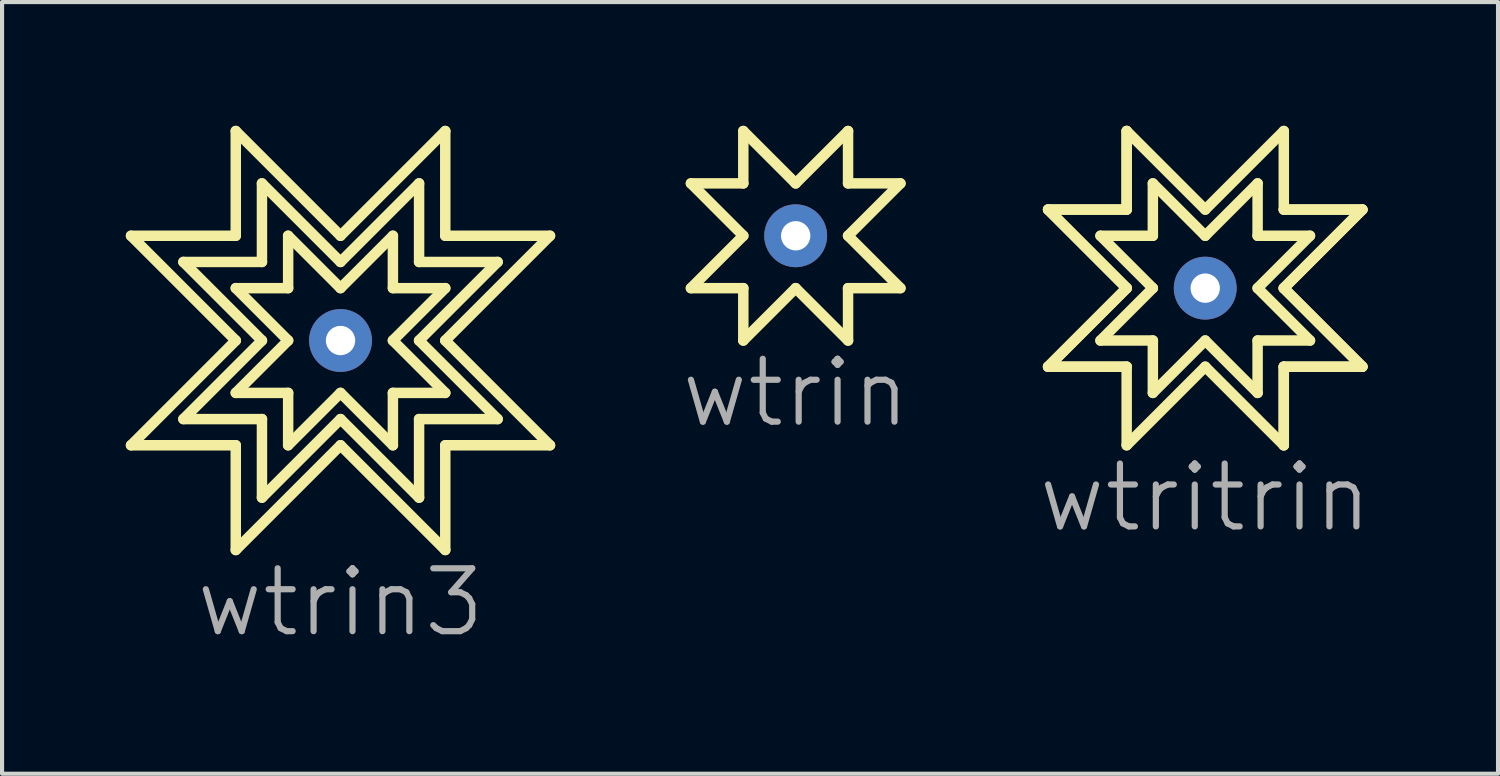
<source format=kicad_pcb>
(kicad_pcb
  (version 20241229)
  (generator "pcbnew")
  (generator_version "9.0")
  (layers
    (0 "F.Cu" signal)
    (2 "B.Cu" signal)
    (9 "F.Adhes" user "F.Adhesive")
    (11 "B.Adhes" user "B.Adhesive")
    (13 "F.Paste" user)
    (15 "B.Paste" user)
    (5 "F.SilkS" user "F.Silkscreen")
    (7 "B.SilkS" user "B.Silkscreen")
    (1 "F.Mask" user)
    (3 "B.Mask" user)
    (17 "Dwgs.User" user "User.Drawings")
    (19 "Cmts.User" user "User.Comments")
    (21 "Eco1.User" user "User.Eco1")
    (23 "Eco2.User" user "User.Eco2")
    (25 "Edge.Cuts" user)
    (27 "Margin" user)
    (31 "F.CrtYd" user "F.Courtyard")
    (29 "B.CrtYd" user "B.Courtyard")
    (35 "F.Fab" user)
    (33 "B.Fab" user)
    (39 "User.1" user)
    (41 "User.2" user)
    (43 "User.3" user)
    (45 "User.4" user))
  (footprint "wtrin3"
    (layer "F.Cu")
    (at 5.207 5.207)
    (property "Reference" "wtrin3" (at 0 6.35 0) (layer "F.Fab") (effects (font (size 1.524 1.524) (thickness 0.15))))
    (attr through_hole)
    (fp_line (start -5.08 -2.54) (end -2.54 0) (stroke (width 0.254) (type default)) (layer "F.SilkS"))
    (fp_line (start -5.08 2.54) (end -2.54 2.54) (stroke (width 0.254) (type default)) (layer "F.SilkS"))
    (fp_line (start -3.81 -1.905) (end -1.905 0) (stroke (width 0.254) (type default)) (layer "F.SilkS"))
    (fp_line (start -3.81 1.905) (end -1.905 1.905) (stroke (width 0.254) (type default)) (layer "F.SilkS"))
    (fp_line (start -2.54 -5.08) (end -2.54 -2.54) (stroke (width 0.254) (type default)) (layer "F.SilkS"))
    (fp_line (start -2.54 -2.54) (end -5.08 -2.54) (stroke (width 0.254) (type default)) (layer "F.SilkS"))
    (fp_line (start -2.54 -1.27) (end -1.27 0) (stroke (width 0.254) (type default)) (layer "F.SilkS"))
    (fp_line (start -2.54 0) (end -5.08 2.54) (stroke (width 0.254) (type default)) (layer "F.SilkS"))
    (fp_line (start -2.54 1.27) (end -1.27 1.27) (stroke (width 0.254) (type default)) (layer "F.SilkS"))
    (fp_line (start -2.54 2.54) (end -2.54 5.08) (stroke (width 0.254) (type default)) (layer "F.SilkS"))
    (fp_line (start -2.54 5.08) (end 0 2.54) (stroke (width 0.254) (type default)) (layer "F.SilkS"))
    (fp_line (start -1.905 -3.81) (end -1.905 -1.905) (stroke (width 0.254) (type default)) (layer "F.SilkS"))
    (fp_line (start -1.905 -1.905) (end -3.81 -1.905) (stroke (width 0.254) (type default)) (layer "F.SilkS"))
    (fp_line (start -1.905 0) (end -3.81 1.905) (stroke (width 0.254) (type default)) (layer "F.SilkS"))
    (fp_line (start -1.905 1.905) (end -1.905 3.81) (stroke (width 0.254) (type default)) (layer "F.SilkS"))
    (fp_line (start -1.905 3.81) (end 0 1.905) (stroke (width 0.254) (type default)) (layer "F.SilkS"))
    (fp_line (start -1.27 -2.54) (end -1.27 -1.27) (stroke (width 0.254) (type default)) (layer "F.SilkS"))
    (fp_line (start -1.27 -1.27) (end -2.54 -1.27) (stroke (width 0.254) (type default)) (layer "F.SilkS"))
    (fp_line (start -1.27 0) (end -2.54 1.27) (stroke (width 0.254) (type default)) (layer "F.SilkS"))
    (fp_line (start -1.27 1.27) (end -1.27 2.54) (stroke (width 0.254) (type default)) (layer "F.SilkS"))
    (fp_line (start -1.27 2.54) (end 0 1.27) (stroke (width 0.254) (type default)) (layer "F.SilkS"))
    (fp_line (start 0 -2.54) (end -2.54 -5.08) (stroke (width 0.254) (type default)) (layer "F.SilkS"))
    (fp_line (start 0 -1.905) (end -1.905 -3.81) (stroke (width 0.254) (type default)) (layer "F.SilkS"))
    (fp_line (start 0 -1.27) (end -1.27 -2.54) (stroke (width 0.254) (type default)) (layer "F.SilkS"))
    (fp_line (start 0 1.27) (end 1.27 2.54) (stroke (width 0.254) (type default)) (layer "F.SilkS"))
    (fp_line (start 0 1.905) (end 1.905 3.81) (stroke (width 0.254) (type default)) (layer "F.SilkS"))
    (fp_line (start 0 2.54) (end 2.54 5.08) (stroke (width 0.254) (type default)) (layer "F.SilkS"))
    (fp_line (start 1.27 -2.54) (end 0 -1.27) (stroke (width 0.254) (type default)) (layer "F.SilkS"))
    (fp_line (start 1.27 -1.27) (end 1.27 -2.54) (stroke (width 0.254) (type default)) (layer "F.SilkS"))
    (fp_line (start 1.27 0) (end 2.54 -1.27) (stroke (width 0.254) (type default)) (layer "F.SilkS"))
    (fp_line (start 1.27 1.27) (end 2.54 1.27) (stroke (width 0.254) (type default)) (layer "F.SilkS"))
    (fp_line (start 1.27 2.54) (end 1.27 1.27) (stroke (width 0.254) (type default)) (layer "F.SilkS"))
    (fp_line (start 1.905 -3.81) (end 0 -1.905) (stroke (width 0.254) (type default)) (layer "F.SilkS"))
    (fp_line (start 1.905 -1.905) (end 1.905 -3.81) (stroke (width 0.254) (type default)) (layer "F.SilkS"))
    (fp_line (start 1.905 0) (end 3.81 -1.905) (stroke (width 0.254) (type default)) (layer "F.SilkS"))
    (fp_line (start 1.905 1.905) (end 3.81 1.905) (stroke (width 0.254) (type default)) (layer "F.SilkS"))
    (fp_line (start 1.905 3.81) (end 1.905 1.905) (stroke (width 0.254) (type default)) (layer "F.SilkS"))
    (fp_line (start 2.54 -5.08) (end 0 -2.54) (stroke (width 0.254) (type default)) (layer "F.SilkS"))
    (fp_line (start 2.54 -2.54) (end 2.54 -5.08) (stroke (width 0.254) (type default)) (layer "F.SilkS"))
    (fp_line (start 2.54 -1.27) (end 1.27 -1.27) (stroke (width 0.254) (type default)) (layer "F.SilkS"))
    (fp_line (start 2.54 0) (end 5.08 -2.54) (stroke (width 0.254) (type default)) (layer "F.SilkS"))
    (fp_line (start 2.54 1.27) (end 1.27 0) (stroke (width 0.254) (type default)) (layer "F.SilkS"))
    (fp_line (start 2.54 2.54) (end 5.08 2.54) (stroke (width 0.254) (type default)) (layer "F.SilkS"))
    (fp_line (start 2.54 5.08) (end 2.54 2.54) (stroke (width 0.254) (type default)) (layer "F.SilkS"))
    (fp_line (start 3.81 -1.905) (end 1.905 -1.905) (stroke (width 0.254) (type default)) (layer "F.SilkS"))
    (fp_line (start 3.81 1.905) (end 1.905 0) (stroke (width 0.254) (type default)) (layer "F.SilkS"))
    (fp_line (start 5.08 -2.54) (end 2.54 -2.54) (stroke (width 0.254) (type default)) (layer "F.SilkS"))
    (fp_line (start 5.08 2.54) (end 2.54 0) (stroke (width 0.254) (type default)) (layer "F.SilkS"))
    (pad "1" thru_hole circle (at 0 0) (size 1.524 1.524) (drill 0.711) (layers "*.Cu" "*.Mask")))
  (footprint "wtritrin"
    (layer "F.Cu")
    (at 26.175 3.937)
    (property "Reference" "wtritrin" (at 0 5.08 0) (layer "F.Fab") (effects (font (size 1.524 1.524) (thickness 0.15))))
    (attr through_hole)
    (fp_line (start -3.81 -1.905) (end -1.905 0) (stroke (width 0.254) (type default)) (layer "F.SilkS"))
    (fp_line (start -3.81 -1.905) (end -1.905 0) (stroke (width 0.254) (type default)) (layer "F.SilkS"))
    (fp_line (start -3.81 1.905) (end -1.905 1.905) (stroke (width 0.254) (type default)) (layer "F.SilkS"))
    (fp_line (start -3.81 1.905) (end -1.905 1.905) (stroke (width 0.254) (type default)) (layer "F.SilkS"))
    (fp_line (start -2.54 -1.27) (end -1.27 0) (stroke (width 0.254) (type default)) (layer "F.SilkS"))
    (fp_line (start -2.54 1.27) (end -1.27 1.27) (stroke (width 0.254) (type default)) (layer "F.SilkS"))
    (fp_line (start -1.905 -3.81) (end -1.905 -1.905) (stroke (width 0.254) (type default)) (layer "F.SilkS"))
    (fp_line (start -1.905 -3.81) (end -1.905 -1.905) (stroke (width 0.254) (type default)) (layer "F.SilkS"))
    (fp_line (start -1.905 -1.905) (end -3.81 -1.905) (stroke (width 0.254) (type default)) (layer "F.SilkS"))
    (fp_line (start -1.905 -1.905) (end -3.81 -1.905) (stroke (width 0.254) (type default)) (layer "F.SilkS"))
    (fp_line (start -1.905 0) (end -3.81 1.905) (stroke (width 0.254) (type default)) (layer "F.SilkS"))
    (fp_line (start -1.905 0) (end -3.81 1.905) (stroke (width 0.254) (type default)) (layer "F.SilkS"))
    (fp_line (start -1.905 1.905) (end -1.905 3.81) (stroke (width 0.254) (type default)) (layer "F.SilkS"))
    (fp_line (start -1.905 3.81) (end 0 1.905) (stroke (width 0.254) (type default)) (layer "F.SilkS"))
    (fp_line (start -1.27 -2.54) (end -1.27 -1.27) (stroke (width 0.254) (type default)) (layer "F.SilkS"))
    (fp_line (start -1.27 -1.27) (end -2.54 -1.27) (stroke (width 0.254) (type default)) (layer "F.SilkS"))
    (fp_line (start -1.27 0) (end -2.54 1.27) (stroke (width 0.254) (type default)) (layer "F.SilkS"))
    (fp_line (start -1.27 1.27) (end -1.27 2.54) (stroke (width 0.254) (type default)) (layer "F.SilkS"))
    (fp_line (start -1.27 2.54) (end 0 1.27) (stroke (width 0.254) (type default)) (layer "F.SilkS"))
    (fp_line (start 0 -1.905) (end -1.905 -3.81) (stroke (width 0.254) (type default)) (layer "F.SilkS"))
    (fp_line (start 0 -1.27) (end -1.27 -2.54) (stroke (width 0.254) (type default)) (layer "F.SilkS"))
    (fp_line (start 0 1.27) (end 1.27 2.54) (stroke (width 0.254) (type default)) (layer "F.SilkS"))
    (fp_line (start 0 1.905) (end 1.905 3.81) (stroke (width 0.254) (type default)) (layer "F.SilkS"))
    (fp_line (start 1.27 -2.54) (end 0 -1.27) (stroke (width 0.254) (type default)) (layer "F.SilkS"))
    (fp_line (start 1.27 -1.27) (end 1.27 -2.54) (stroke (width 0.254) (type default)) (layer "F.SilkS"))
    (fp_line (start 1.27 0) (end 2.54 -1.27) (stroke (width 0.254) (type default)) (layer "F.SilkS"))
    (fp_line (start 1.27 1.27) (end 2.54 1.27) (stroke (width 0.254) (type default)) (layer "F.SilkS"))
    (fp_line (start 1.27 2.54) (end 1.27 1.27) (stroke (width 0.254) (type default)) (layer "F.SilkS"))
    (fp_line (start 1.905 -3.81) (end 0 -1.905) (stroke (width 0.254) (type default)) (layer "F.SilkS"))
    (fp_line (start 1.905 -1.905) (end 1.905 -3.81) (stroke (width 0.254) (type default)) (layer "F.SilkS"))
    (fp_line (start 1.905 0) (end 3.81 -1.905) (stroke (width 0.254) (type default)) (layer "F.SilkS"))
    (fp_line (start 1.905 0) (end 3.81 -1.905) (stroke (width 0.254) (type default)) (layer "F.SilkS"))
    (fp_line (start 1.905 1.905) (end 3.81 1.905) (stroke (width 0.254) (type default)) (layer "F.SilkS"))
    (fp_line (start 1.905 1.905) (end 3.81 1.905) (stroke (width 0.254) (type default)) (layer "F.SilkS"))
    (fp_line (start 1.905 3.81) (end 1.905 1.905) (stroke (width 0.254) (type default)) (layer "F.SilkS"))
    (fp_line (start 1.905 3.81) (end 1.905 1.905) (stroke (width 0.254) (type default)) (layer "F.SilkS"))
    (fp_line (start 2.54 -1.27) (end 1.27 -1.27) (stroke (width 0.254) (type default)) (layer "F.SilkS"))
    (fp_line (start 2.54 1.27) (end 1.27 0) (stroke (width 0.254) (type default)) (layer "F.SilkS"))
    (fp_line (start 3.81 -1.905) (end 1.905 -1.905) (stroke (width 0.254) (type default)) (layer "F.SilkS"))
    (fp_line (start 3.81 -1.905) (end 1.905 -1.905) (stroke (width 0.254) (type default)) (layer "F.SilkS"))
    (fp_line (start 3.81 1.905) (end 1.905 0) (stroke (width 0.254) (type default)) (layer "F.SilkS"))
    (fp_line (start 3.81 1.905) (end 1.905 0) (stroke (width 0.254) (type default)) (layer "F.SilkS"))
    (pad "1" thru_hole circle (at 0 0) (size 1.524 1.524) (drill 0.711) (layers "*.Cu" "*.Mask")))
  (footprint "wtrin"
    (layer "F.Cu")
    (at 16.244 2.667)
    (property "Reference" "wtrin" (at 0 3.81 0) (layer "F.Fab") (effects (font (size 1.524 1.524) (thickness 0.15))))
    (attr through_hole)
    (fp_line (start -2.54 -1.27) (end -1.27 0) (stroke (width 0.254) (type default)) (layer "F.SilkS"))
    (fp_line (start -2.54 1.27) (end -1.27 1.27) (stroke (width 0.254) (type default)) (layer "F.SilkS"))
    (fp_line (start -1.27 -2.54) (end -1.27 -1.27) (stroke (width 0.254) (type default)) (layer "F.SilkS"))
    (fp_line (start -1.27 -1.27) (end -2.54 -1.27) (stroke (width 0.254) (type default)) (layer "F.SilkS"))
    (fp_line (start -1.27 0) (end -2.54 1.27) (stroke (width 0.254) (type default)) (layer "F.SilkS"))
    (fp_line (start -1.27 1.27) (end -1.27 2.54) (stroke (width 0.254) (type default)) (layer "F.SilkS"))
    (fp_line (start -1.27 2.54) (end 0 1.27) (stroke (width 0.254) (type default)) (layer "F.SilkS"))
    (fp_line (start 0 -1.27) (end -1.27 -2.54) (stroke (width 0.254) (type default)) (layer "F.SilkS"))
    (fp_line (start 0 1.27) (end 1.27 2.54) (stroke (width 0.254) (type default)) (layer "F.SilkS"))
    (fp_line (start 1.27 -2.54) (end 0 -1.27) (stroke (width 0.254) (type default)) (layer "F.SilkS"))
    (fp_line (start 1.27 -1.27) (end 1.27 -2.54) (stroke (width 0.254) (type default)) (layer "F.SilkS"))
    (fp_line (start 1.27 0) (end 2.54 -1.27) (stroke (width 0.254) (type default)) (layer "F.SilkS"))
    (fp_line (start 1.27 1.27) (end 2.54 1.27) (stroke (width 0.254) (type default)) (layer "F.SilkS"))
    (fp_line (start 1.27 2.54) (end 1.27 1.27) (stroke (width 0.254) (type default)) (layer "F.SilkS"))
    (fp_line (start 2.54 -1.27) (end 1.27 -1.27) (stroke (width 0.254) (type default)) (layer "F.SilkS"))
    (fp_line (start 2.54 1.27) (end 1.27 0) (stroke (width 0.254) (type default)) (layer "F.SilkS"))
    (pad "1" thru_hole circle (at 0 0) (size 1.524 1.524) (drill 0.711) (layers "*.Cu" "*.Mask")))
  (gr_rect
    (start -3 -3)
    (end 33.275 15.712)
    (stroke (width 0.1) (type default))
    (fill no)
    (layer "Edge.Cuts")))
</source>
